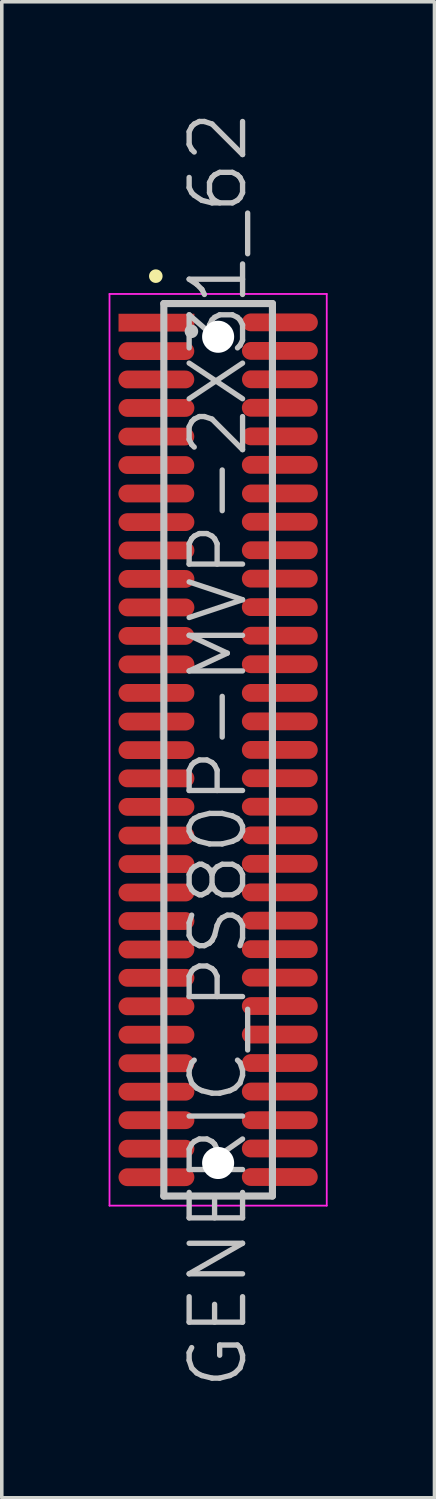
<source format=kicad_pcb>
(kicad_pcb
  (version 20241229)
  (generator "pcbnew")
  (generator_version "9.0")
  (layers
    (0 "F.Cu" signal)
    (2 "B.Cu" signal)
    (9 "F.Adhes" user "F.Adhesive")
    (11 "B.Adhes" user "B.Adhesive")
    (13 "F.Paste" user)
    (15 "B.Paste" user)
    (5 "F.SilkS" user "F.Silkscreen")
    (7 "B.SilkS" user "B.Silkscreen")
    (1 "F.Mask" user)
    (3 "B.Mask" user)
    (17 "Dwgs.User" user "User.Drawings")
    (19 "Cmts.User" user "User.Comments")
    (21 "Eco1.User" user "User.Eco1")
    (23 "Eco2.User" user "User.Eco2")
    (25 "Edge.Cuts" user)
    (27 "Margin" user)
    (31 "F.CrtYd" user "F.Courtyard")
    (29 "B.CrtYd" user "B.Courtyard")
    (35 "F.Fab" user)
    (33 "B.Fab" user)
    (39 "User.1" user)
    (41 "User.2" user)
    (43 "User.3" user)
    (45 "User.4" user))
  (footprint "GENERIC_PS80P-MVP-2X31_62"
    (layer "F.Cu")
    (at 3.075 18.004)
    (property "Reference" "GENERIC_PS80P-MVP-2X31_62" (at 0 0 90) (layer "Dwgs.User") (effects (font (size 1.5 1.5) (thickness 0.15))))
    (attr smd)
    (fp_line (start -1.75 -13.3) (end -1.75 -13.3) (stroke (width 0.381) (type solid)) (layer "F.SilkS"))
    (fp_line (start -1.525 -12.53) (end -1.525 12.53) (stroke (width 0.2) (type solid)) (layer "Dwgs.User"))
    (fp_line (start -1.525 -12.53) (end 1.525 -12.53) (stroke (width 0.2) (type solid)) (layer "Dwgs.User"))
    (fp_line (start -1.525 12.53) (end 1.525 12.53) (stroke (width 0.2) (type solid)) (layer "Dwgs.User"))
    (fp_line (start -0.75 -11.75) (end -0.75 -11.75) (stroke (width 0.381) (type solid)) (layer "Dwgs.User"))
    (fp_line (start 1.525 -12.53) (end 1.525 12.53) (stroke (width 0.2) (type solid)) (layer "Dwgs.User"))
    (fp_line (start -3.05 -12.8) (end -3.05 12.8) (stroke (width 0.05) (type solid)) (layer "F.CrtYd"))
    (fp_line (start -3.05 -12.8) (end 3.05 -12.8) (stroke (width 0.05) (type solid)) (layer "F.CrtYd"))
    (fp_line (start -3.05 12.8) (end 3.05 12.8) (stroke (width 0.05) (type solid)) (layer "F.CrtYd"))
    (fp_line (start 3.05 -12.8) (end 3.05 12.8) (stroke (width 0.05) (type solid)) (layer "F.CrtYd"))
    (pad "" np_thru_hole circle (at 0 -11.598 270) (size 0.9 0.9) (drill 0.9) (layers "*.Cu" "*.Mask"))
    (pad "" np_thru_hole circle (at 0 11.603 270) (size 0.9 0.9) (drill 0.9) (layers "*.Cu" "*.Mask"))
    (pad "1" smd rect (at -1.732 -11.994 270) (size 0.5 2.13) (layers "F.Cu" "F.Mask" "F.Paste"))
    (pad "2" smd oval (at 1.735 -12.002 270) (size 0.5 2.13) (layers "F.Cu" "F.Mask" "F.Paste"))
    (pad "3" smd oval (at -1.735 -11.196 270) (size 0.5 2.13) (layers "F.Cu" "F.Mask" "F.Paste"))
    (pad "4" smd oval (at 1.735 -11.201 270) (size 0.5 2.13) (layers "F.Cu" "F.Mask" "F.Paste"))
    (pad "5" smd oval (at -1.735 -10.399 270) (size 0.5 2.13) (layers "F.Cu" "F.Mask" "F.Paste"))
    (pad "6" smd oval (at 1.735 -10.404 270) (size 0.5 2.13) (layers "F.Cu" "F.Mask" "F.Paste"))
    (pad "7" smd oval (at -1.732 -9.599 270) (size 0.5 2.13) (layers "F.Cu" "F.Mask" "F.Paste"))
    (pad "8" smd oval (at 1.732 -9.604 270) (size 0.5 2.13) (layers "F.Cu" "F.Mask" "F.Paste"))
    (pad "9" smd oval (at -1.735 -8.796 270) (size 0.5 2.13) (layers "F.Cu" "F.Mask" "F.Paste"))
    (pad "10" smd oval (at 1.732 -8.801 270) (size 0.5 2.13) (layers "F.Cu" "F.Mask" "F.Paste"))
    (pad "11" smd oval (at -1.735 -7.996 270) (size 0.5 2.13) (layers "F.Cu" "F.Mask" "F.Paste"))
    (pad "12" smd oval (at 1.732 -8.001 270) (size 0.5 2.13) (layers "F.Cu" "F.Mask" "F.Paste"))
    (pad "13" smd oval (at -1.735 -7.196 270) (size 0.5 2.13) (layers "F.Cu" "F.Mask" "F.Paste"))
    (pad "14" smd oval (at 1.735 -7.198 270) (size 0.5 2.13) (layers "F.Cu" "F.Mask" "F.Paste"))
    (pad "15" smd oval (at -1.732 -6.393 270) (size 0.5 2.13) (layers "F.Cu" "F.Mask" "F.Paste"))
    (pad "16" smd oval (at 1.732 -6.403 270) (size 0.5 2.13) (layers "F.Cu" "F.Mask" "F.Paste"))
    (pad "17" smd oval (at -1.732 -5.598 270) (size 0.5 2.13) (layers "F.Cu" "F.Mask" "F.Paste"))
    (pad "18" smd oval (at 1.732 -5.603 270) (size 0.5 2.13) (layers "F.Cu" "F.Mask" "F.Paste"))
    (pad "19" smd oval (at -1.732 -4.798 270) (size 0.5 2.13) (layers "F.Cu" "F.Mask" "F.Paste"))
    (pad "20" smd oval (at 1.732 -4.806 270) (size 0.5 2.13) (layers "F.Cu" "F.Mask" "F.Paste"))
    (pad "21" smd oval (at -1.732 -3.998 270) (size 0.5 2.13) (layers "F.Cu" "F.Mask" "F.Paste"))
    (pad "22" smd oval (at 1.732 -4.006 270) (size 0.5 2.13) (layers "F.Cu" "F.Mask" "F.Paste"))
    (pad "23" smd oval (at -1.732 -3.198 270) (size 0.5 2.13) (layers "F.Cu" "F.Mask" "F.Paste"))
    (pad "24" smd oval (at 1.732 -3.203 270) (size 0.5 2.13) (layers "F.Cu" "F.Mask" "F.Paste"))
    (pad "25" smd oval (at -1.732 -2.398 270) (size 0.5 2.13) (layers "F.Cu" "F.Mask" "F.Paste"))
    (pad "26" smd oval (at 1.732 -2.403 270) (size 0.5 2.13) (layers "F.Cu" "F.Mask" "F.Paste"))
    (pad "27" smd oval (at -1.732 -1.598 270) (size 0.5 2.13) (layers "F.Cu" "F.Mask" "F.Paste"))
    (pad "28" smd oval (at 1.732 -1.598 270) (size 0.5 2.13) (layers "F.Cu" "F.Mask" "F.Paste"))
    (pad "29" smd oval (at -1.732 -0.792 270) (size 0.5 2.13) (layers "F.Cu" "F.Mask" "F.Paste"))
    (pad "30" smd oval (at 1.732 -0.798 270) (size 0.5 2.13) (layers "F.Cu" "F.Mask" "F.Paste"))
    (pad "31" smd oval (at -1.732 0.008 270) (size 0.5 2.13) (layers "F.Cu" "F.Mask" "F.Paste"))
    (pad "32" smd oval (at 1.732 0.003 270) (size 0.5 2.13) (layers "F.Cu" "F.Mask" "F.Paste"))
    (pad "33" smd oval (at -1.732 0.803 270) (size 0.5 2.13) (layers "F.Cu" "F.Mask" "F.Paste"))
    (pad "34" smd oval (at 1.732 0.798 270) (size 0.5 2.13) (layers "F.Cu" "F.Mask" "F.Paste"))
    (pad "35" smd oval (at -1.732 1.603 270) (size 0.5 2.13) (layers "F.Cu" "F.Mask" "F.Paste"))
    (pad "36" smd oval (at 1.732 1.598 270) (size 0.5 2.13) (layers "F.Cu" "F.Mask" "F.Paste"))
    (pad "37" smd oval (at -1.732 2.408 270) (size 0.5 2.13) (layers "F.Cu" "F.Mask" "F.Paste"))
    (pad "38" smd oval (at 1.732 2.403 270) (size 0.5 2.13) (layers "F.Cu" "F.Mask" "F.Paste"))
    (pad "39" smd oval (at -1.732 3.208 270) (size 0.5 2.13) (layers "F.Cu" "F.Mask" "F.Paste"))
    (pad "40" smd oval (at 1.732 3.203 270) (size 0.5 2.13) (layers "F.Cu" "F.Mask" "F.Paste"))
    (pad "41" smd oval (at -1.732 4.008 270) (size 0.5 2.13) (layers "F.Cu" "F.Mask" "F.Paste"))
    (pad "42" smd oval (at 1.732 4.003 270) (size 0.5 2.13) (layers "F.Cu" "F.Mask" "F.Paste"))
    (pad "43" smd oval (at -1.732 4.808 270) (size 0.5 2.13) (layers "F.Cu" "F.Mask" "F.Paste"))
    (pad "44" smd oval (at 1.732 4.798 270) (size 0.5 2.13) (layers "F.Cu" "F.Mask" "F.Paste"))
    (pad "45" smd oval (at -1.732 5.608 270) (size 0.5 2.13) (layers "F.Cu" "F.Mask" "F.Paste"))
    (pad "46" smd oval (at 1.732 5.598 270) (size 0.5 2.13) (layers "F.Cu" "F.Mask" "F.Paste"))
    (pad "47" smd oval (at -1.732 6.403 270) (size 0.5 2.13) (layers "F.Cu" "F.Mask" "F.Paste"))
    (pad "48" smd oval (at 1.732 6.398 270) (size 0.5 2.13) (layers "F.Cu" "F.Mask" "F.Paste"))
    (pad "49" smd oval (at -1.732 7.203 270) (size 0.5 2.13) (layers "F.Cu" "F.Mask" "F.Paste"))
    (pad "50" smd oval (at 1.732 7.196 270) (size 0.5 2.13) (layers "F.Cu" "F.Mask" "F.Paste"))
    (pad "51" smd oval (at -1.732 8.001 270) (size 0.5 2.13) (layers "F.Cu" "F.Mask" "F.Paste"))
    (pad "52" smd oval (at 1.732 7.996 270) (size 0.5 2.13) (layers "F.Cu" "F.Mask" "F.Paste"))
    (pad "53" smd oval (at -1.732 8.801 270) (size 0.5 2.13) (layers "F.Cu" "F.Mask" "F.Paste"))
    (pad "54" smd oval (at 1.732 8.796 270) (size 0.5 2.13) (layers "F.Cu" "F.Mask" "F.Paste"))
    (pad "55" smd oval (at -1.732 9.601 270) (size 0.5 2.13) (layers "F.Cu" "F.Mask" "F.Paste"))
    (pad "56" smd oval (at 1.732 9.596 270) (size 0.5 2.13) (layers "F.Cu" "F.Mask" "F.Paste"))
    (pad "57" smd oval (at -1.732 10.401 270) (size 0.5 2.13) (layers "F.Cu" "F.Mask" "F.Paste"))
    (pad "58" smd oval (at 1.732 10.401 270) (size 0.5 2.13) (layers "F.Cu" "F.Mask" "F.Paste"))
    (pad "59" smd oval (at -1.732 11.201 270) (size 0.5 2.13) (layers "F.Cu" "F.Mask" "F.Paste"))
    (pad "60" smd oval (at 1.732 11.196 270) (size 0.5 2.13) (layers "F.Cu" "F.Mask" "F.Paste"))
    (pad "61" smd oval (at -1.732 12.002 270) (size 0.5 2.13) (layers "F.Cu" "F.Mask" "F.Paste"))
    (pad "62" smd oval (at 1.732 11.996 270) (size 0.5 2.13) (layers "F.Cu" "F.Mask" "F.Paste")))
  (gr_rect
    (start -3 -3)
    (end 9.15 39.007)
    (stroke (width 0.1) (type default))
    (fill no)
    (layer "Edge.Cuts")))
</source>
